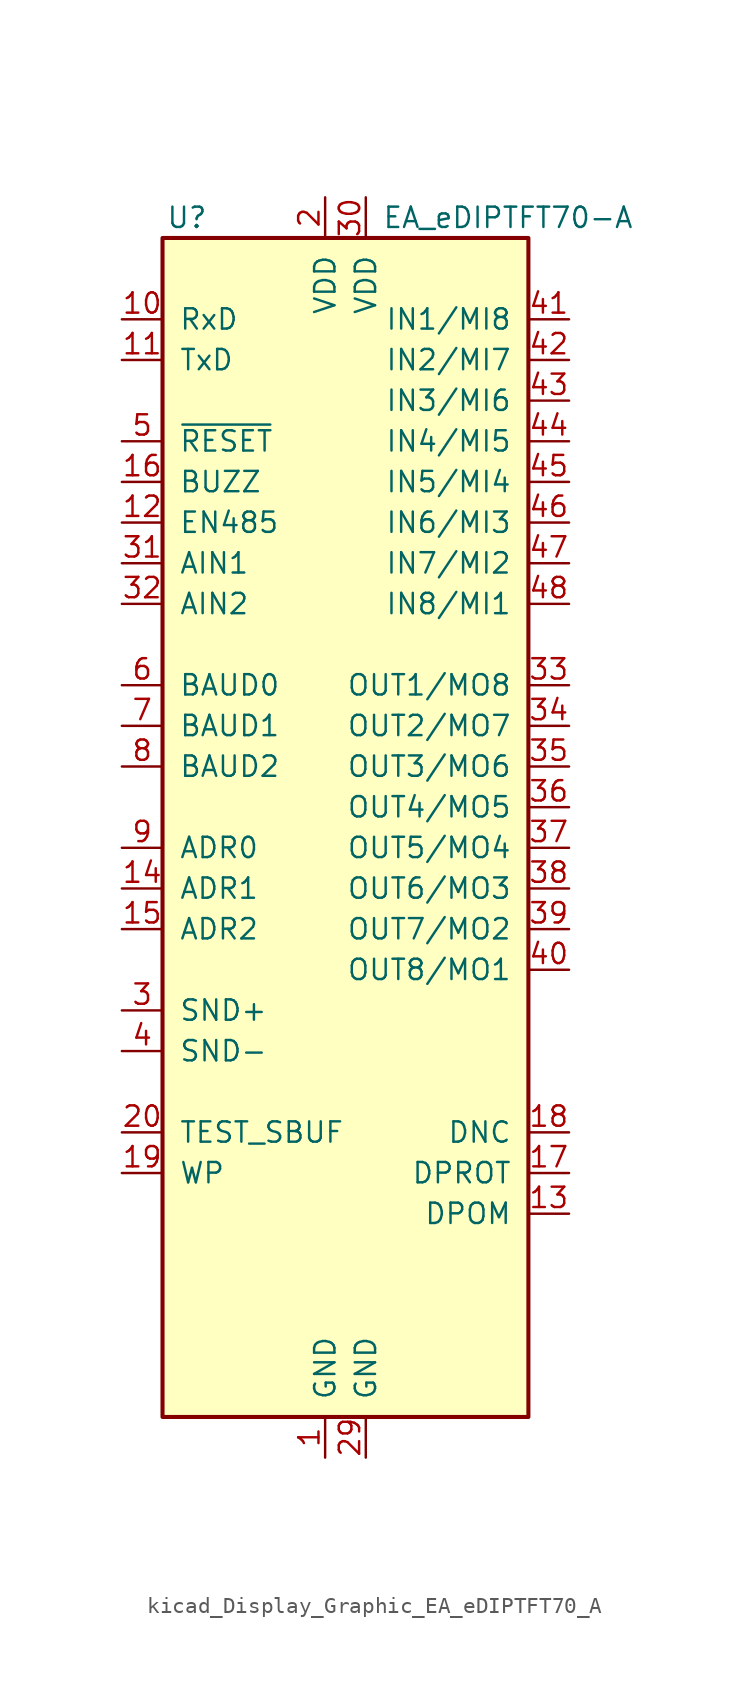
<source format=kicad_sym>
(kicad_symbol_lib
  (version 20220914)
  (generator kicad_symbol_editor)
  (symbol "kicad_Display_Graphic_EA_eDIPTFT70_A"
    (pin_names
      (offset 1.016))
    (property "Reference" "U"
      (at -8.636 36.83 0)
      (effects (font (size 1.27 1.27))))
    (property "Value" "EA_eDIPTFT70-A"
      (at 11.43 36.83 0)
      (effects (font (size 1.27 1.27))))
    (symbol "kicad_Display_Graphic_EA_eDIPTFT70_A_0_1"
      (rectangle (start -10.16 35.56) (end 12.7 -38.1) (stroke (width 0.254) (type default)) (fill (type background))))
    (symbol "kicad_Display_Graphic_EA_eDIPTFT70_A_1_1"
      (pin power_in line (at 0 -40.64 90) (length 2.54) (name "GND" (effects (font (size 1.27 1.27)))) (number "1" (effects (font (size 1.27 1.27)))))
      (pin input line (at -12.7 30.48 0) (length 2.54) (name "RxD" (effects (font (size 1.27 1.27)))) (number "10" (effects (font (size 1.27 1.27)))))
      (pin output line (at -12.7 27.94 0) (length 2.54) (name "TxD" (effects (font (size 1.27 1.27)))) (number "11" (effects (font (size 1.27 1.27)))))
      (pin output line (at -12.7 17.78 0) (length 2.54) (name "EN485" (effects (font (size 1.27 1.27)))) (number "12" (effects (font (size 1.27 1.27)))))
      (pin input line (at 15.24 -25.4 180) (length 2.54) (name "DPOM" (effects (font (size 1.27 1.27)))) (number "13" (effects (font (size 1.27 1.27)))))
      (pin input line (at -12.7 -5.08 0) (length 2.54) (name "ADR1" (effects (font (size 1.27 1.27)))) (number "14" (effects (font (size 1.27 1.27)))))
      (pin input line (at -12.7 -7.62 0) (length 2.54) (name "ADR2" (effects (font (size 1.27 1.27)))) (number "15" (effects (font (size 1.27 1.27)))))
      (pin output line (at -12.7 20.32 0) (length 2.54) (name "BUZZ" (effects (font (size 1.27 1.27)))) (number "16" (effects (font (size 1.27 1.27)))))
      (pin input line (at 15.24 -22.86 180) (length 2.54) (name "DPROT" (effects (font (size 1.27 1.27)))) (number "17" (effects (font (size 1.27 1.27)))))
      (pin output line (at 15.24 -20.32 180) (length 2.54) (name "DNC" (effects (font (size 1.27 1.27)))) (number "18" (effects (font (size 1.27 1.27)))))
      (pin input line (at -12.7 -22.86 0) (length 2.54) (name "WP" (effects (font (size 1.27 1.27)))) (number "19" (effects (font (size 1.27 1.27)))))
      (pin power_in line (at 0 38.1 270) (length 2.54) (name "VDD" (effects (font (size 1.27 1.27)))) (number "2" (effects (font (size 1.27 1.27)))))
      (pin bidirectional line (at -12.7 -20.32 0) (length 2.54) (name "TEST_SBUF" (effects (font (size 1.27 1.27)))) (number "20" (effects (font (size 1.27 1.27)))))
      (pin no_connect line (at -10.16 -27.94 0) (length 2.54) hide (name "NC" (effects (font (size 1.27 1.27)))) (number "21" (effects (font (size 1.27 1.27)))))
      (pin no_connect line (at -10.16 -30.48 0) (length 2.54) hide (name "NC" (effects (font (size 1.27 1.27)))) (number "22" (effects (font (size 1.27 1.27)))))
      (pin no_connect line (at -10.16 -33.02 0) (length 2.54) hide (name "NC" (effects (font (size 1.27 1.27)))) (number "23" (effects (font (size 1.27 1.27)))))
      (pin no_connect line (at -10.16 -35.56 0) (length 2.54) hide (name "NC" (effects (font (size 1.27 1.27)))) (number "24" (effects (font (size 1.27 1.27)))))
      (pin no_connect line (at 12.7 -35.56 180) (length 2.54) hide (name "NC" (effects (font (size 1.27 1.27)))) (number "25" (effects (font (size 1.27 1.27)))))
      (pin no_connect line (at 12.7 -33.02 180) (length 2.54) hide (name "NC" (effects (font (size 1.27 1.27)))) (number "26" (effects (font (size 1.27 1.27)))))
      (pin no_connect line (at 12.7 -30.48 180) (length 2.54) hide (name "NC" (effects (font (size 1.27 1.27)))) (number "27" (effects (font (size 1.27 1.27)))))
      (pin no_connect line (at 12.7 -27.94 180) (length 2.54) hide (name "NC" (effects (font (size 1.27 1.27)))) (number "28" (effects (font (size 1.27 1.27)))))
      (pin power_in line (at 2.54 -40.64 90) (length 2.54) (name "GND" (effects (font (size 1.27 1.27)))) (number "29" (effects (font (size 1.27 1.27)))))
      (pin output line (at -12.7 -12.7 0) (length 2.54) (name "SND+" (effects (font (size 1.27 1.27)))) (number "3" (effects (font (size 1.27 1.27)))))
      (pin power_in line (at 2.54 38.1 270) (length 2.54) (name "VDD" (effects (font (size 1.27 1.27)))) (number "30" (effects (font (size 1.27 1.27)))))
      (pin input line (at -12.7 15.24 0) (length 2.54) (name "AIN1" (effects (font (size 1.27 1.27)))) (number "31" (effects (font (size 1.27 1.27)))))
      (pin input line (at -12.7 12.7 0) (length 2.54) (name "AIN2" (effects (font (size 1.27 1.27)))) (number "32" (effects (font (size 1.27 1.27)))))
      (pin output line (at 15.24 7.62 180) (length 2.54) (name "OUT1/MO8" (effects (font (size 1.27 1.27)))) (number "33" (effects (font (size 1.27 1.27)))))
      (pin output line (at 15.24 5.08 180) (length 2.54) (name "OUT2/MO7" (effects (font (size 1.27 1.27)))) (number "34" (effects (font (size 1.27 1.27)))))
      (pin output line (at 15.24 2.54 180) (length 2.54) (name "OUT3/MO6" (effects (font (size 1.27 1.27)))) (number "35" (effects (font (size 1.27 1.27)))))
      (pin output line (at 15.24 0 180) (length 2.54) (name "OUT4/MO5" (effects (font (size 1.27 1.27)))) (number "36" (effects (font (size 1.27 1.27)))))
      (pin output line (at 15.24 -2.54 180) (length 2.54) (name "OUT5/MO4" (effects (font (size 1.27 1.27)))) (number "37" (effects (font (size 1.27 1.27)))))
      (pin output line (at 15.24 -5.08 180) (length 2.54) (name "OUT6/MO3" (effects (font (size 1.27 1.27)))) (number "38" (effects (font (size 1.27 1.27)))))
      (pin output line (at 15.24 -7.62 180) (length 2.54) (name "OUT7/MO2" (effects (font (size 1.27 1.27)))) (number "39" (effects (font (size 1.27 1.27)))))
      (pin input line (at -12.7 -15.24 0) (length 2.54) (name "SND-" (effects (font (size 1.27 1.27)))) (number "4" (effects (font (size 1.27 1.27)))))
      (pin output line (at 15.24 -10.16 180) (length 2.54) (name "OUT8/MO1" (effects (font (size 1.27 1.27)))) (number "40" (effects (font (size 1.27 1.27)))))
      (pin input line (at 15.24 30.48 180) (length 2.54) (name "IN1/MI8" (effects (font (size 1.27 1.27)))) (number "41" (effects (font (size 1.27 1.27)))))
      (pin input line (at 15.24 27.94 180) (length 2.54) (name "IN2/MI7" (effects (font (size 1.27 1.27)))) (number "42" (effects (font (size 1.27 1.27)))))
      (pin input line (at 15.24 25.4 180) (length 2.54) (name "IN3/MI6" (effects (font (size 1.27 1.27)))) (number "43" (effects (font (size 1.27 1.27)))))
      (pin input line (at 15.24 22.86 180) (length 2.54) (name "IN4/MI5" (effects (font (size 1.27 1.27)))) (number "44" (effects (font (size 1.27 1.27)))))
      (pin input line (at 15.24 20.32 180) (length 2.54) (name "IN5/MI4" (effects (font (size 1.27 1.27)))) (number "45" (effects (font (size 1.27 1.27)))))
      (pin input line (at 15.24 17.78 180) (length 2.54) (name "IN6/MI3" (effects (font (size 1.27 1.27)))) (number "46" (effects (font (size 1.27 1.27)))))
      (pin input line (at 15.24 15.24 180) (length 2.54) (name "IN7/MI2" (effects (font (size 1.27 1.27)))) (number "47" (effects (font (size 1.27 1.27)))))
      (pin input line (at 15.24 12.7 180) (length 2.54) (name "IN8/MI1" (effects (font (size 1.27 1.27)))) (number "48" (effects (font (size 1.27 1.27)))))
      (pin input line (at -12.7 22.86 0) (length 2.54) (name "~{RESET}" (effects (font (size 1.27 1.27)))) (number "5" (effects (font (size 1.27 1.27)))))
      (pin input line (at -12.7 7.62 0) (length 2.54) (name "BAUD0" (effects (font (size 1.27 1.27)))) (number "6" (effects (font (size 1.27 1.27)))))
      (pin input line (at -12.7 5.08 0) (length 2.54) (name "BAUD1" (effects (font (size 1.27 1.27)))) (number "7" (effects (font (size 1.27 1.27)))))
      (pin input line (at -12.7 2.54 0) (length 2.54) (name "BAUD2" (effects (font (size 1.27 1.27)))) (number "8" (effects (font (size 1.27 1.27)))))
      (pin input line (at -12.7 -2.54 0) (length 2.54) (name "ADR0" (effects (font (size 1.27 1.27)))) (number "9" (effects (font (size 1.27 1.27))))))))
</source>
